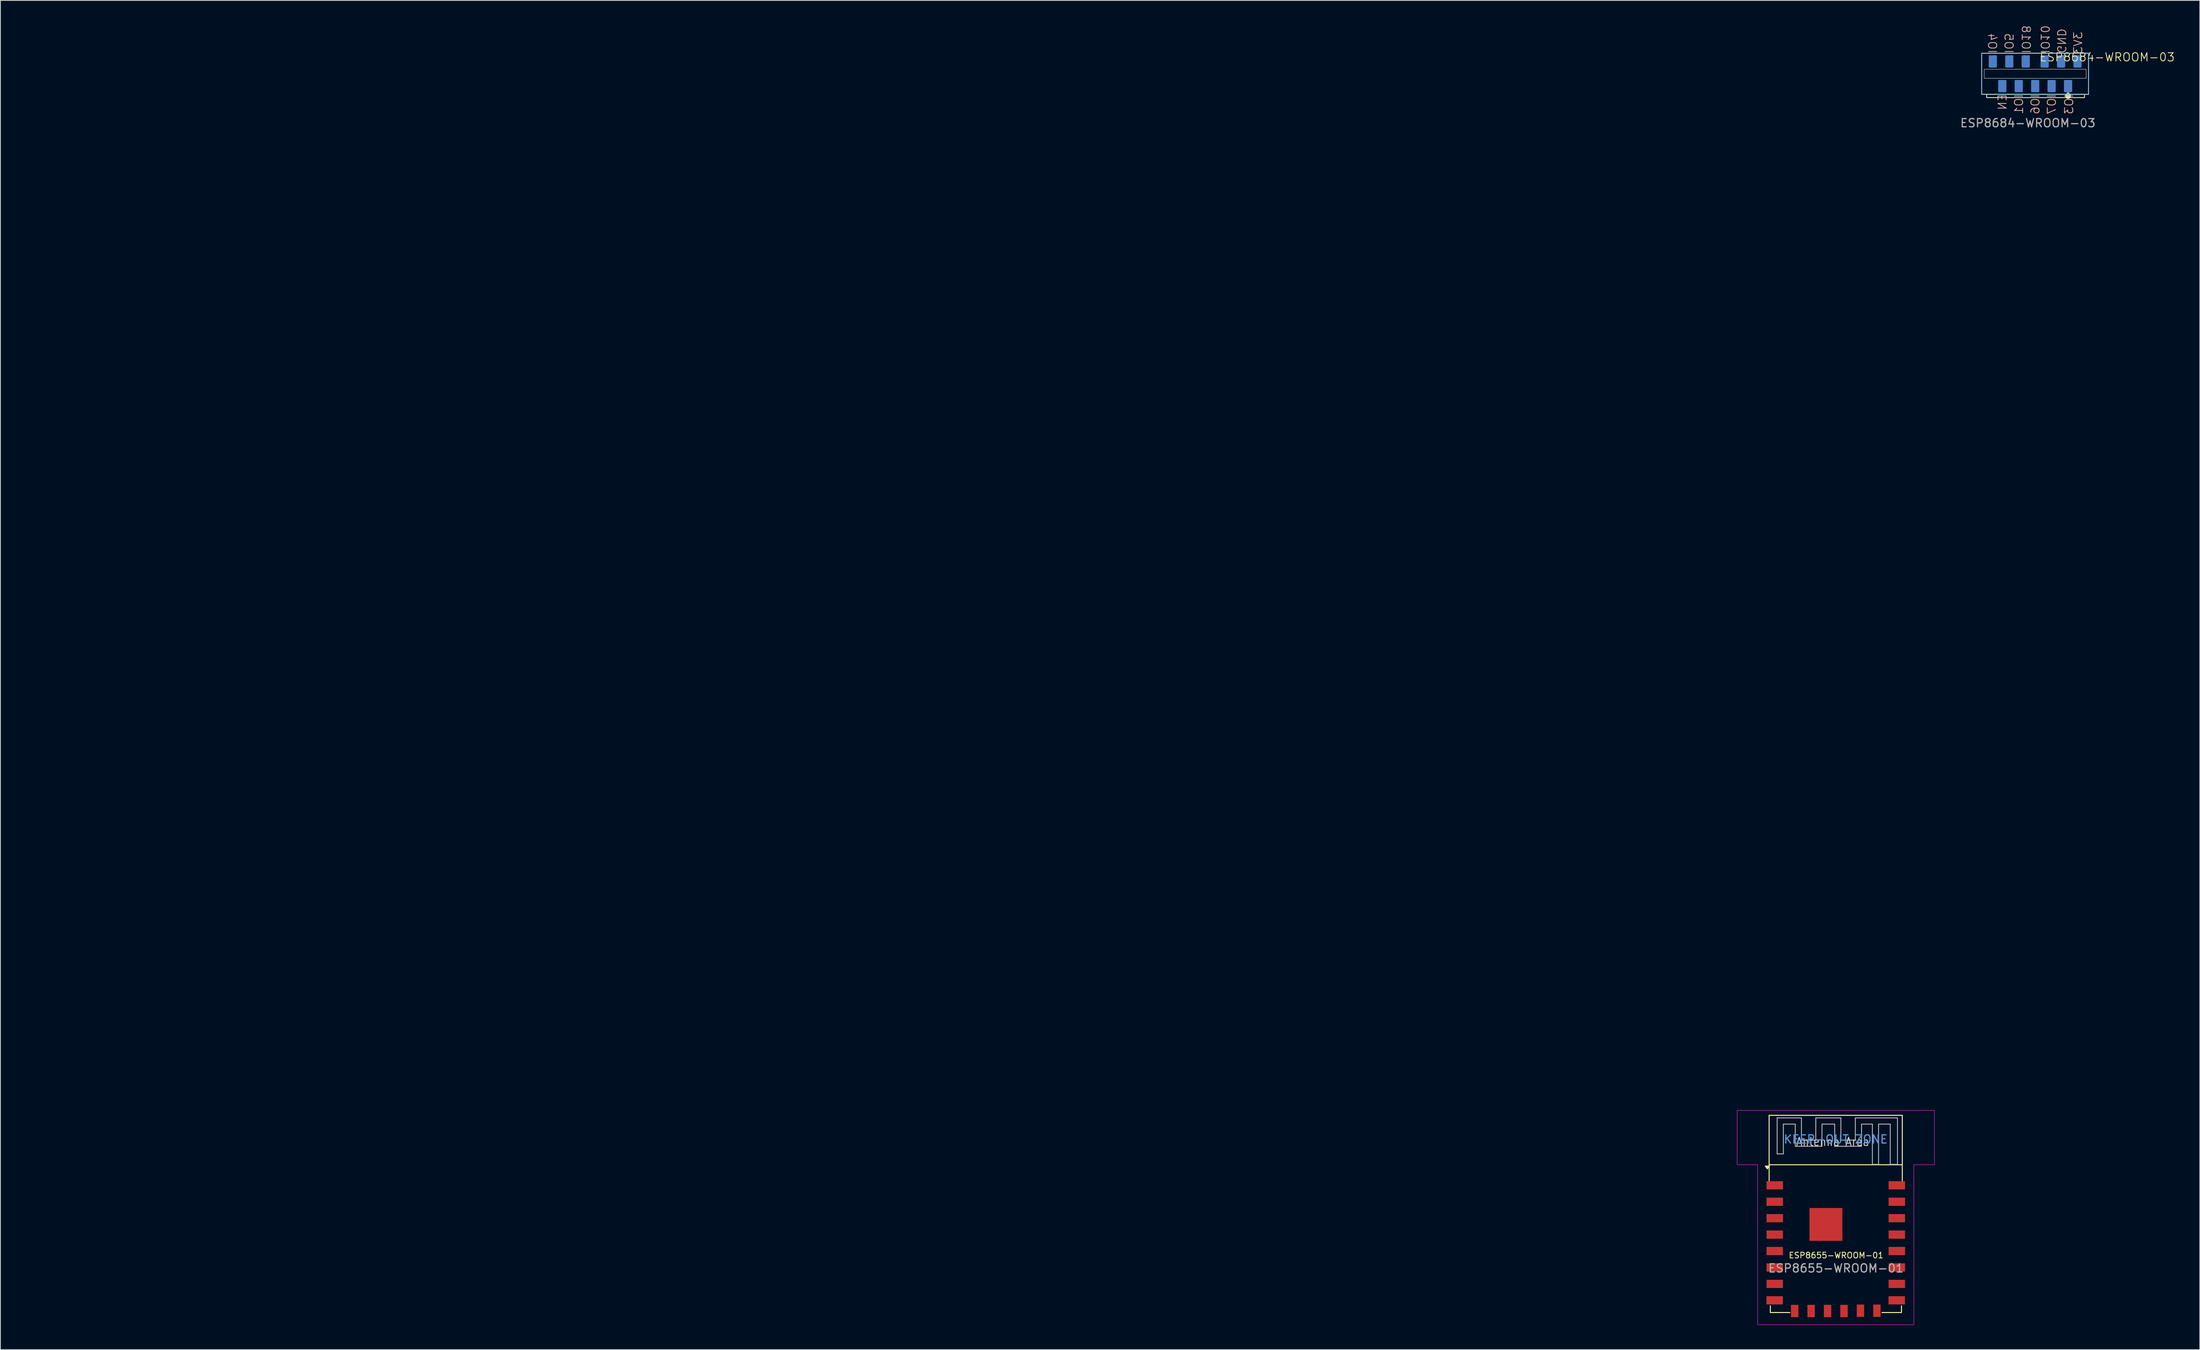
<source format=kicad_pcb>
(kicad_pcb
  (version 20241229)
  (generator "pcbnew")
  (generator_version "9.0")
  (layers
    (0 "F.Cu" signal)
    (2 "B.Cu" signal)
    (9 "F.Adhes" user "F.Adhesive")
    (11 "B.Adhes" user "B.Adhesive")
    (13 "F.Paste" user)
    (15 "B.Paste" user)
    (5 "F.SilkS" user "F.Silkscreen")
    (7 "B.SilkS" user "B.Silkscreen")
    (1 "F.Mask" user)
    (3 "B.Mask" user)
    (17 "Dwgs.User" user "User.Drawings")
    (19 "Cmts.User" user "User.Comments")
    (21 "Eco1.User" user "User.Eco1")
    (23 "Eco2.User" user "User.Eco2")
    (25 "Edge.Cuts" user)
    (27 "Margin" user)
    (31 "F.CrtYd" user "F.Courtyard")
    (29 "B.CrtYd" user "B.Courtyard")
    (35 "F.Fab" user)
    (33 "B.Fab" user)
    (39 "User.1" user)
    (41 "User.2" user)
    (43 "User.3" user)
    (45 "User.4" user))
  (footprint "ESP8655-WROOM-01"
    (layer "F.Cu")
    (at 220.276 148.979)
    (property "Reference" "ESP8655-WROOM-01" (at 0.025 0.775 0) (unlocked yes) (layer "F.SilkS") (effects (font (size 0.7 0.7) (thickness 0.1))))
    (attr through_hole)
    (fp_line (start -8.125 -16.269) (end -8.125 -8.3) (stroke (width 0.12) (type solid)) (layer "F.SilkS"))
    (fp_line (start -8.125 -16.269) (end 8.075 -16.269) (stroke (width 0.12) (type solid)) (layer "F.SilkS"))
    (fp_line (start -8.125 -10.249) (end 8.075 -10.249) (stroke (width 0.12) (type solid)) (layer "F.SilkS"))
    (fp_line (start -7.975 6.925) (end -7.975 7.735) (stroke (width 0.12) (type solid)) (layer "F.SilkS"))
    (fp_line (start -7.975 7.735) (end -5.6 7.735) (stroke (width 0.12) (type solid)) (layer "F.SilkS"))
    (fp_line (start 7.975 6.925) (end 7.975 7.735) (stroke (width 0.12) (type solid)) (layer "F.SilkS"))
    (fp_line (start 7.975 7.735) (end 5.6 7.735) (stroke (width 0.12) (type solid)) (layer "F.SilkS"))
    (fp_line (start 8.075 -16.269) (end 8.075 -8.3) (stroke (width 0.12) (type solid)) (layer "F.SilkS"))
    (fp_poly (pts (xy -8.346 -9.749) (xy -8.586 -10.085) (xy -8.106 -10.085) (xy -8.346 -9.749)) (stroke (width 0.12) (type solid)) (fill yes) (layer "F.SilkS"))
    (fp_line (start -7.149 -15.953) (end -7.149 -11.574) (stroke (width 0.1) (type default)) (layer "Dwgs.User"))
    (fp_line (start -7.149 -11.574) (end -6.395 -11.574) (stroke (width 0.1) (type default)) (layer "Dwgs.User"))
    (fp_line (start -6.395 -15.199) (end -4.949 -15.199) (stroke (width 0.1) (type default)) (layer "Dwgs.User"))
    (fp_line (start -6.395 -11.574) (end -6.395 -15.199) (stroke (width 0.1) (type default)) (layer "Dwgs.User"))
    (fp_line (start -4.949 -15.199) (end -4.949 -12.499) (stroke (width 0.1) (type default)) (layer "Dwgs.User"))
    (fp_line (start -4.949 -12.499) (end -1.695 -12.499) (stroke (width 0.1) (type default)) (layer "Dwgs.User"))
    (fp_line (start -4.195 -15.953) (end -7.149 -15.953) (stroke (width 0.1) (type default)) (layer "Dwgs.User"))
    (fp_line (start -4.195 -13.253) (end -4.195 -15.953) (stroke (width 0.1) (type default)) (layer "Dwgs.User"))
    (fp_line (start -2.449 -15.953) (end -2.449 -13.253) (stroke (width 0.1) (type default)) (layer "Dwgs.User"))
    (fp_line (start -2.449 -13.253) (end -4.195 -13.253) (stroke (width 0.1) (type default)) (layer "Dwgs.User"))
    (fp_line (start -1.695 -15.199) (end -0.149 -15.199) (stroke (width 0.1) (type default)) (layer "Dwgs.User"))
    (fp_line (start -1.695 -12.499) (end -1.695 -15.199) (stroke (width 0.1) (type default)) (layer "Dwgs.User"))
    (fp_line (start -0.149 -15.199) (end -0.149 -12.499) (stroke (width 0.1) (type default)) (layer "Dwgs.User"))
    (fp_line (start -0.149 -12.499) (end 3.116 -12.499) (stroke (width 0.1) (type default)) (layer "Dwgs.User"))
    (fp_line (start 0.605 -15.953) (end -2.449 -15.953) (stroke (width 0.1) (type default)) (layer "Dwgs.User"))
    (fp_line (start 0.605 -13.253) (end 0.605 -15.953) (stroke (width 0.1) (type default)) (layer "Dwgs.User"))
    (fp_line (start 2.362 -15.953) (end 2.362 -13.253) (stroke (width 0.1) (type default)) (layer "Dwgs.User"))
    (fp_line (start 2.362 -13.253) (end 0.605 -13.253) (stroke (width 0.1) (type default)) (layer "Dwgs.User"))
    (fp_line (start 3.116 -15.199) (end 4.435 -15.199) (stroke (width 0.1) (type default)) (layer "Dwgs.User"))
    (fp_line (start 3.116 -12.499) (end 3.116 -15.199) (stroke (width 0.1) (type default)) (layer "Dwgs.User"))
    (fp_line (start 4.435 -15.199) (end 4.435 -10.299) (stroke (width 0.1) (type default)) (layer "Dwgs.User"))
    (fp_line (start 4.435 -10.299) (end 5.189 -10.299) (stroke (width 0.1) (type default)) (layer "Dwgs.User"))
    (fp_line (start 5.189 -15.199) (end 6.609 -15.199) (stroke (width 0.1) (type default)) (layer "Dwgs.User"))
    (fp_line (start 5.189 -10.299) (end 5.189 -15.199) (stroke (width 0.1) (type default)) (layer "Dwgs.User"))
    (fp_line (start 6.609 -15.199) (end 6.609 -10.299) (stroke (width 0.1) (type default)) (layer "Dwgs.User"))
    (fp_line (start 6.609 -10.299) (end 7.489 -10.299) (stroke (width 0.1) (type default)) (layer "Dwgs.User"))
    (fp_line (start 7.489 -15.953) (end 2.362 -15.953) (stroke (width 0.1) (type default)) (layer "Dwgs.User"))
    (fp_line (start 7.489 -10.299) (end 7.489 -15.953) (stroke (width 0.1) (type default)) (layer "Dwgs.User"))
    (fp_line (start -12.016 -16.875) (end -12.016 -10.275) (stroke (width 0.05) (type solid)) (layer "F.CrtYd"))
    (fp_line (start -12.016 -16.875) (end 11.984 -16.875) (stroke (width 0.05) (type solid)) (layer "F.CrtYd"))
    (fp_line (start -12.016 -10.249) (end -9.525 -10.249) (stroke (width 0.05) (type solid)) (layer "F.CrtYd"))
    (fp_line (start -9.525 -10.25) (end -9.516 9.225) (stroke (width 0.05) (type solid)) (layer "F.CrtYd"))
    (fp_line (start -9.516 9.225) (end 9.484 9.225) (stroke (width 0.05) (type solid)) (layer "F.CrtYd"))
    (fp_line (start 9.475 -10.25) (end 9.484 9.225) (stroke (width 0.05) (type solid)) (layer "F.CrtYd"))
    (fp_line (start 9.475 -10.249) (end 11.984 -10.249) (stroke (width 0.05) (type solid)) (layer "F.CrtYd"))
    (fp_line (start 11.984 -16.875) (end 11.984 -10.249) (stroke (width 0.05) (type solid)) (layer "F.CrtYd"))
    (fp_text user "Antenna Area" (at -0.388 -13.052 0) (unlocked yes) (layer "Dwgs.User") (effects (font (size 1 0.9) (thickness 0.125))))
    (fp_text user " " (at -220.276 -148.001 0) (unlocked yes) (layer "Dwgs.User") (effects (font (size 0.711 0.48) (thickness 0.089)) (justify left bottom)))
    (fp_text user " " (at -220.236 -147.789 0) (unlocked yes) (layer "Dwgs.User") (effects (font (size 0.711 0.48) (thickness 0.089)) (justify left)))
    (fp_text user "KEEP-OUT ZONE" (at -0.025 -13.35 0) (layer "Cmts.User") (effects (font (size 1 1) (thickness 0.15))))
    (fp_text user "${REFERENCE}" (at 0 2.35 0) (unlocked yes) (layer "F.Fab") (effects (font (size 1 1) (thickness 0.15))))
    (pad "1" smd rect (at -7.441 -7.749) (size 2 1) (layers "F.Cu" "F.Mask" "F.Paste"))
    (pad "2" smd rect (at -7.442 -5.749) (size 2 1) (layers "F.Cu" "F.Mask" "F.Paste"))
    (pad "3" smd rect (at -7.442 -3.749) (size 2 1) (layers "F.Cu" "F.Mask" "F.Paste"))
    (pad "4" smd rect (at -7.442 -1.749) (size 2 1) (layers "F.Cu" "F.Mask" "F.Paste"))
    (pad "5" smd rect (at -7.442 0.251) (size 2 1) (layers "F.Cu" "F.Mask" "F.Paste"))
    (pad "6" smd rect (at -7.442 2.251) (size 2 1) (layers "F.Cu" "F.Mask" "F.Paste"))
    (pad "7" smd rect (at -7.442 4.251) (size 2 1) (layers "F.Cu" "F.Mask" "F.Paste"))
    (pad "8" smd rect (at -7.454 6.251) (size 2 1) (layers "F.Cu" "F.Mask" "F.Paste"))
    (pad "9" smd rect (at -5.016 7.551 270) (size 1.5 0.9) (layers "F.Cu" "F.Mask" "F.Paste"))
    (pad "10" smd rect (at -3.016 7.551 270) (size 1.5 0.9) (layers "F.Cu" "F.Mask" "F.Paste"))
    (pad "11" smd rect (at -1.016 7.551 270) (size 1.5 0.9) (layers "F.Cu" "F.Mask" "F.Paste"))
    (pad "12" smd rect (at 0.984 7.551 270) (size 1.5 0.9) (layers "F.Cu" "F.Mask" "F.Paste"))
    (pad "13" smd rect (at 2.984 7.518 270) (size 1.5 0.9) (layers "F.Cu" "F.Mask" "F.Paste"))
    (pad "14" smd rect (at 4.984 7.518 270) (size 1.5 0.9) (layers "F.Cu" "F.Mask" "F.Paste"))
    (pad "15" smd rect (at 7.396 6.251) (size 2 1) (layers "F.Cu" "F.Mask" "F.Paste"))
    (pad "16" smd rect (at 7.408 4.251) (size 2 1) (layers "F.Cu" "F.Mask" "F.Paste"))
    (pad "17" smd rect (at 7.408 2.251) (size 2 1) (layers "F.Cu" "F.Mask" "F.Paste"))
    (pad "18" smd rect (at 7.408 0.251) (size 2 1) (layers "F.Cu" "F.Mask" "F.Paste"))
    (pad "19" smd rect (at -1.216 -2.989) (size 4 4) (layers "F.Cu" "F.Mask" "F.Paste"))
    (pad "19" smd rect (at 7.408 -1.749) (size 2 1) (layers "F.Cu" "F.Mask" "F.Paste"))
    (pad "20" smd rect (at 7.408 -3.749) (size 2 1) (layers "F.Cu" "F.Mask" "F.Paste"))
    (pad "21" smd rect (at 7.408 -5.749) (size 2 1) (layers "F.Cu" "F.Mask" "F.Paste"))
    (pad "22" smd rect (at 7.409 -7.749) (size 2 1) (layers "F.Cu" "F.Mask" "F.Paste"))
    (zone (net_name "") (layers "F.Cu" "B.Cu") (hatch full 0.508) (connect_pads) (min_thickness 0.254) (filled_areas_thickness no) (keepout (tracks not_allowed) (vias not_allowed) (pads not_allowed) (copperpour not_allowed) (footprints not_allowed)) (placement (enabled no)) (fill) (polygon (pts (xy 212.119 138.743) (xy 228.409 138.743) (xy 228.409 132.72) (xy 212.119 132.72)))))
  (footprint "ESP8684-WROOM-03"
    (layer "F.Cu")
    (at 244.514 5.929)
    (property "Reference" "ESP8684-WROOM-03" (at 8.76 -2.02 0) (unlocked yes) (layer "F.SilkS") (effects (font (size 1 1) (thickness 0.1))))
    (attr through_hole)
    (fp_rect (start -6.5 -2.5) (end 6.5 2.5) (stroke (width 0.1) (type default)) (fill no) (layer "F.SilkS"))
    (fp_rect (start -5.9 2.5) (end 6 2.9) (stroke (width 0.1) (type default)) (fill no) (layer "F.SilkS"))
    (fp_circle (center 4 2.7) (end 4.3 2.7) (stroke (width 0.1) (type solid)) (fill yes) (layer "F.SilkS"))
    (fp_rect (start -6.5 -2.5) (end 6.5 2.5) (stroke (width 0.1) (type default)) (fill no) (layer "B.SilkS"))
    (fp_circle (center 4 2.45) (end 4.141 2.45) (stroke (width 0.1) (type solid)) (fill yes) (layer "B.SilkS"))
    (fp_rect (start -6.2 -0.55) (end 6.2 0.55) (stroke (width 0.05) (type solid)) (fill no) (layer "Edge.Cuts"))
    (fp_rect (start -6.5 -2.5) (end 6.5 2.5) (stroke (width 0.05) (type default)) (fill no) (layer "B.CrtYd"))
    (fp_rect (start -6.5 -2.5) (end 6.5 2.5) (stroke (width 0.05) (type default)) (fill no) (layer "F.CrtYd"))
    (fp_text user "IO7" (at 2.6 2.4 90) (unlocked yes) (layer "B.SilkS") (effects (font (size 1 1) (thickness 0.1)) (justify left bottom mirror)))
    (fp_text user "EN" (at -3.4 2.4 90) (unlocked yes) (layer "B.SilkS") (effects (font (size 1 1) (thickness 0.1)) (justify left bottom mirror)))
    (fp_text user "IO10" (at 0.6 -2.4 270) (unlocked yes) (layer "B.SilkS") (effects (font (size 1 1) (thickness 0.1)) (justify left bottom mirror)))
    (fp_text user "IO18" (at -1.7 -2.4 270) (unlocked yes) (layer "B.SilkS") (effects (font (size 1 1) (thickness 0.1)) (justify left bottom mirror)))
    (fp_text user "IO6" (at 0.6 2.4 90) (unlocked yes) (layer "B.SilkS") (effects (font (size 1 1) (thickness 0.1)) (justify left bottom mirror)))
    (fp_text user "GND" (at 2.6 -2.4 270) (unlocked yes) (layer "B.SilkS") (effects (font (size 1 1) (thickness 0.1)) (justify left bottom mirror)))
    (fp_text user "IO3" (at 4.7 2.4 90) (unlocked yes) (layer "B.SilkS") (effects (font (size 1 1) (thickness 0.1)) (justify left bottom mirror)))
    (fp_text user "3V3" (at 5.8 -5.2 90) (unlocked yes) (layer "B.SilkS") (effects (font (size 1 1) (thickness 0.1)) (justify left bottom mirror)))
    (fp_text user "IO1" (at -1.4 2.4 90) (unlocked yes) (layer "B.SilkS") (effects (font (size 1 1) (thickness 0.1)) (justify left bottom mirror)))
    (fp_text user "IO5" (at -3.8 -2.4 270) (unlocked yes) (layer "B.SilkS") (effects (font (size 1 1) (thickness 0.1)) (justify left bottom mirror)))
    (fp_text user "IO4" (at -5.8 -2.4 270) (unlocked yes) (layer "B.SilkS") (effects (font (size 1 1) (thickness 0.1)) (justify left bottom mirror)))
    (fp_text user "${REFERENCE}" (at -0.89 6 0) (unlocked yes) (layer "F.Fab") (effects (font (size 1 1) (thickness 0.15))))
    (pad "1" smd roundrect (at -4 1.5 90) (size 1.5 1) (layers "B.Cu" "B.Mask" "B.Paste") (roundrect_rratio 0.131))
    (pad "2" smd roundrect (at -2 1.5 90) (size 1.5 1) (layers "B.Cu" "B.Mask" "B.Paste") (roundrect_rratio 0.131))
    (pad "3" smd roundrect (at 0 1.5 90) (size 1.5 1) (layers "B.Cu" "B.Mask" "B.Paste") (roundrect_rratio 0.131))
    (pad "4" smd roundrect (at 2 1.5 90) (size 1.5 1) (layers "B.Cu" "B.Mask" "B.Paste") (roundrect_rratio 0.131))
    (pad "5" smd roundrect (at 4 1.5 90) (size 1.5 1) (layers "B.Cu" "B.Mask" "B.Paste") (roundrect_rratio 0.131))
    (pad "6" smd roundrect (at 5.15 -1.5 90) (size 1.5 1) (layers "B.Cu" "B.Mask" "B.Paste") (roundrect_rratio 0.131))
    (pad "7" smd roundrect (at 3.15 -1.5 90) (size 1.5 1) (layers "B.Cu" "B.Mask" "B.Paste") (roundrect_rratio 0.131))
    (pad "8" smd roundrect (at 1.15 -1.5 90) (size 1.5 1) (layers "B.Cu" "B.Mask" "B.Paste") (roundrect_rratio 0.131))
    (pad "9" smd roundrect (at -1.15 -1.5 90) (size 1.5 1) (layers "B.Cu" "B.Mask" "B.Paste") (roundrect_rratio 0.131))
    (pad "10" smd roundrect (at -3.15 -1.5 90) (size 1.5 1) (layers "B.Cu" "B.Mask" "B.Paste") (roundrect_rratio 0.131))
    (pad "11" smd roundrect (at -5.15 -1.5 90) (size 1.5 1) (layers "B.Cu" "B.Mask" "B.Paste") (roundrect_rratio 0.131)))
  (gr_rect
    (start -3 -3)
    (end 264.538 161.229)
    (stroke (width 0.1) (type default))
    (fill no)
    (layer "Edge.Cuts")))
</source>
